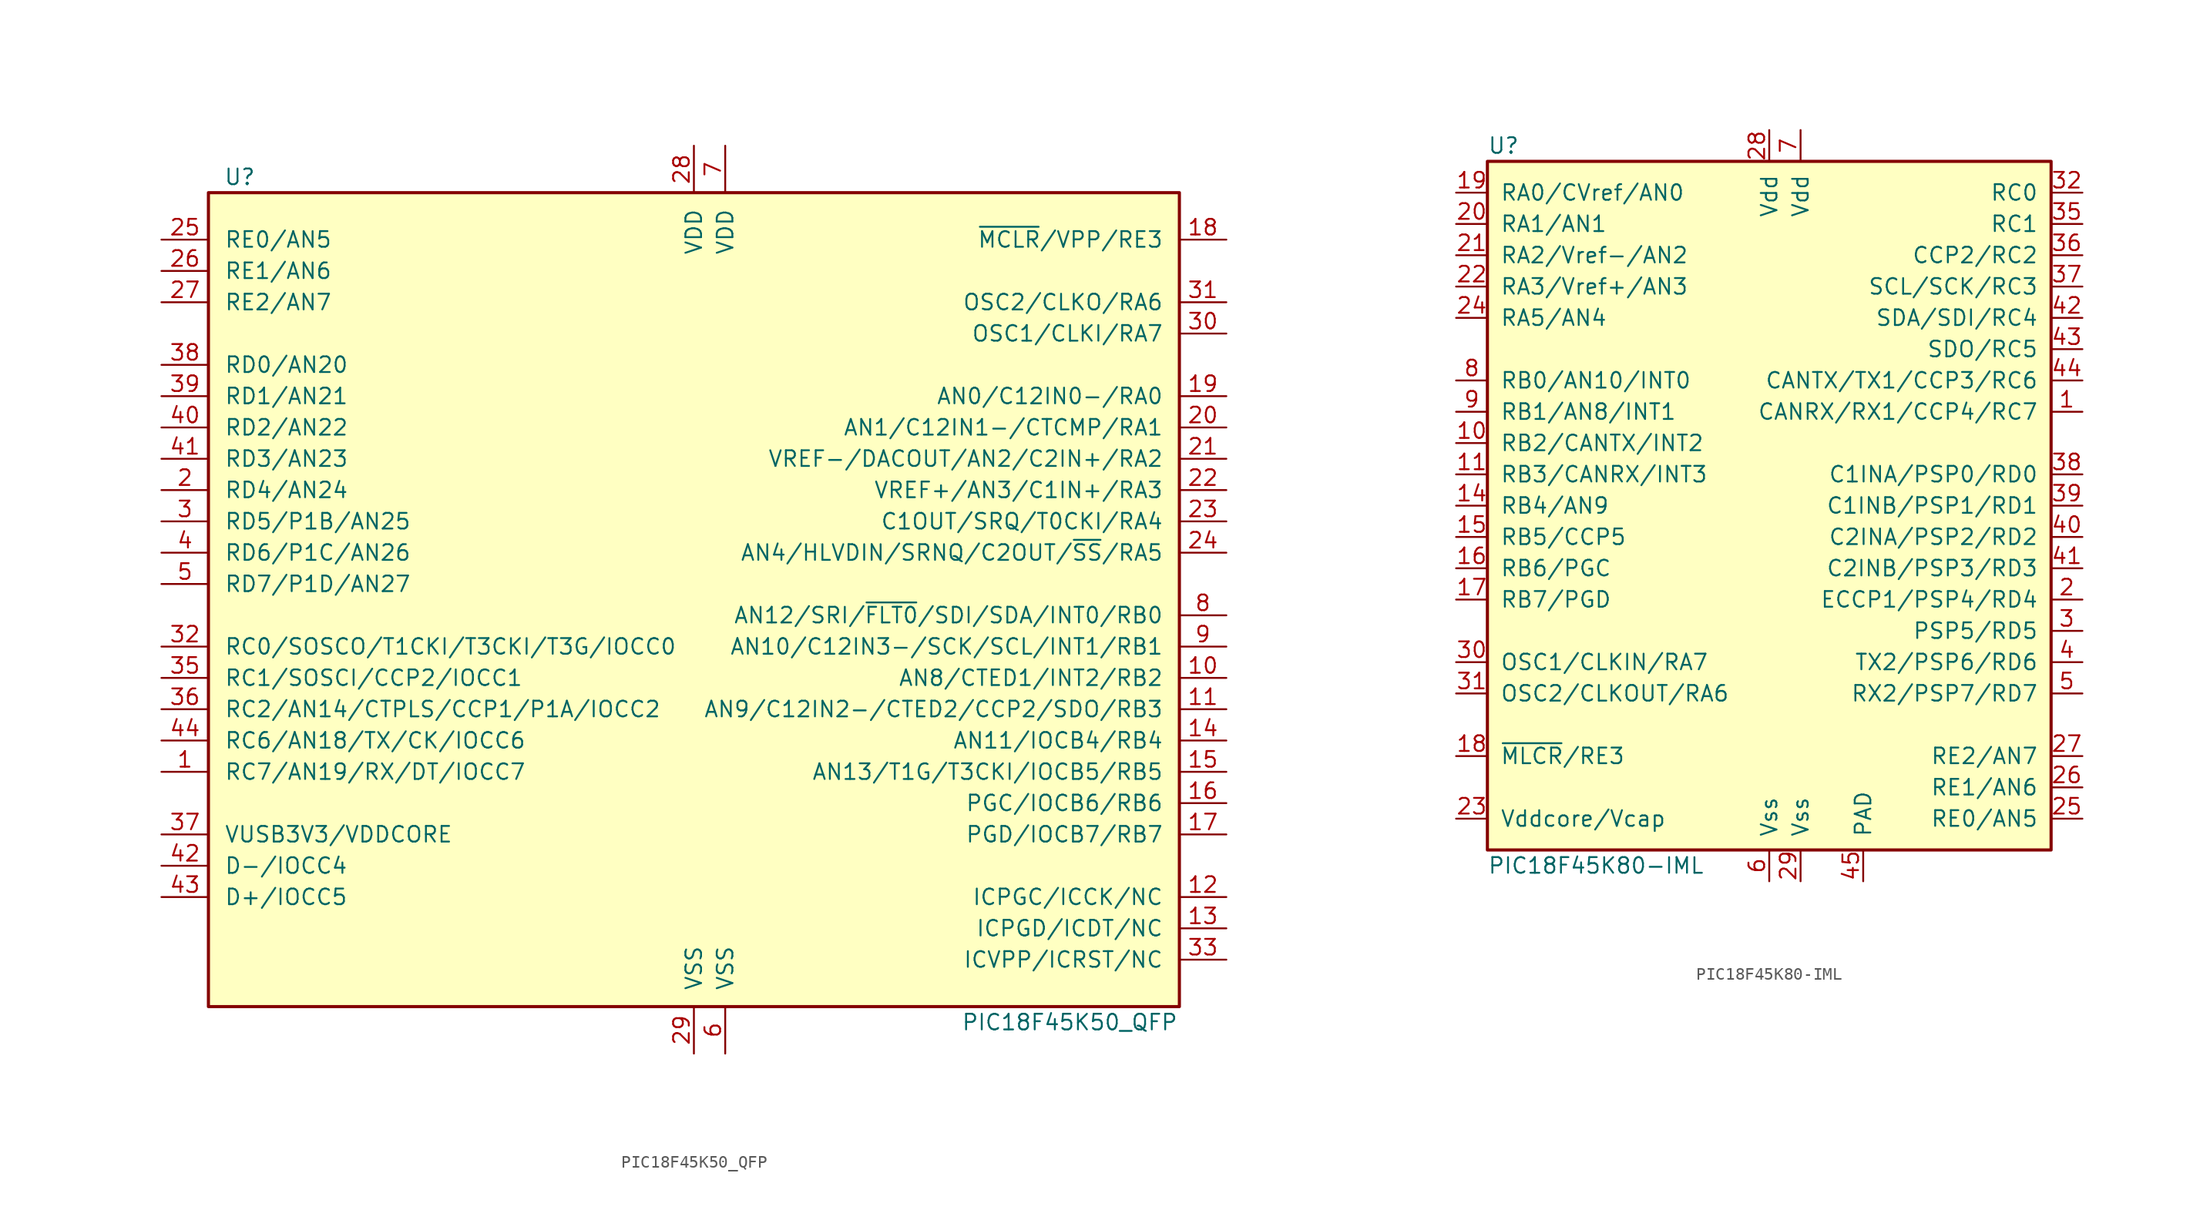
<source format=kicad_sym>
(kicad_symbol_lib
  (version 20200908)
  (generator kicad_symbol_editor)
  (symbol "MCU_Microchip_PIC18:PIC18F45K50_QFP"
    (pin_names
      (offset 1.27))
    (property "Reference" "U"
      (at -36.83 33.02 0)
      (effects (font (size 1.27 1.27))))
    (property "Value" "PIC18F45K50_QFP"
      (at 30.48 -35.56 0)
      (effects (font (size 1.27 1.27))))
    (symbol "PIC18F45K50_QFP_0_1"
      (rectangle (start -39.37 31.75) (end 39.37 -34.29) (stroke (width 0.254)) (fill (type background))))
    (symbol "PIC18F45K50_QFP_1_1"
      (pin bidirectional line (at -43.18 -15.24 0) (length 3.81) (name "RC7/AN19/RX/DT/IOCC7" (effects (font (size 1.27 1.27)))) (number "1" (effects (font (size 1.27 1.27)))))
      (pin bidirectional line (at 43.18 -7.62 180) (length 3.81) (name "AN8/CTED1/INT2/RB2" (effects (font (size 1.27 1.27)))) (number "10" (effects (font (size 1.27 1.27)))))
      (pin bidirectional line (at 43.18 -10.16 180) (length 3.81) (name "AN9/C12IN2-/CTED2/CCP2/SDO/RB3" (effects (font (size 1.27 1.27)))) (number "11" (effects (font (size 1.27 1.27)))))
      (pin bidirectional line (at 43.18 -25.4 180) (length 3.81) (name "ICPGC/ICCK/NC" (effects (font (size 1.27 1.27)))) (number "12" (effects (font (size 1.27 1.27)))))
      (pin bidirectional line (at 43.18 -27.94 180) (length 3.81) (name "ICPGD/ICDT/NC" (effects (font (size 1.27 1.27)))) (number "13" (effects (font (size 1.27 1.27)))))
      (pin bidirectional line (at 43.18 -12.7 180) (length 3.81) (name "AN11/IOCB4/RB4" (effects (font (size 1.27 1.27)))) (number "14" (effects (font (size 1.27 1.27)))))
      (pin bidirectional line (at 43.18 -15.24 180) (length 3.81) (name "AN13/T1G/T3CKI/IOCB5/RB5" (effects (font (size 1.27 1.27)))) (number "15" (effects (font (size 1.27 1.27)))))
      (pin bidirectional line (at 43.18 -17.78 180) (length 3.81) (name "PGC/IOCB6/RB6" (effects (font (size 1.27 1.27)))) (number "16" (effects (font (size 1.27 1.27)))))
      (pin bidirectional line (at 43.18 -20.32 180) (length 3.81) (name "PGD/IOCB7/RB7" (effects (font (size 1.27 1.27)))) (number "17" (effects (font (size 1.27 1.27)))))
      (pin input line (at 43.18 27.94 180) (length 3.81) (name "~MCLR~/VPP/RE3" (effects (font (size 1.27 1.27)))) (number "18" (effects (font (size 1.27 1.27)))))
      (pin bidirectional line (at 43.18 15.24 180) (length 3.81) (name "AN0/C12IN0-/RA0" (effects (font (size 1.27 1.27)))) (number "19" (effects (font (size 1.27 1.27)))))
      (pin bidirectional line (at -43.18 7.62 0) (length 3.81) (name "RD4/AN24" (effects (font (size 1.27 1.27)))) (number "2" (effects (font (size 1.27 1.27)))))
      (pin bidirectional line (at 43.18 12.7 180) (length 3.81) (name "AN1/C12IN1-/CTCMP/RA1" (effects (font (size 1.27 1.27)))) (number "20" (effects (font (size 1.27 1.27)))))
      (pin bidirectional line (at 43.18 10.16 180) (length 3.81) (name "VREF-/DACOUT/AN2/C2IN+/RA2" (effects (font (size 1.27 1.27)))) (number "21" (effects (font (size 1.27 1.27)))))
      (pin bidirectional line (at 43.18 7.62 180) (length 3.81) (name "VREF+/AN3/C1IN+/RA3" (effects (font (size 1.27 1.27)))) (number "22" (effects (font (size 1.27 1.27)))))
      (pin bidirectional line (at 43.18 5.08 180) (length 3.81) (name "C1OUT/SRQ/T0CKI/RA4" (effects (font (size 1.27 1.27)))) (number "23" (effects (font (size 1.27 1.27)))))
      (pin bidirectional line (at 43.18 2.54 180) (length 3.81) (name "AN4/HLVDIN/SRNQ/C2OUT/~SS~/RA5" (effects (font (size 1.27 1.27)))) (number "24" (effects (font (size 1.27 1.27)))))
      (pin bidirectional line (at -43.18 27.94 0) (length 3.81) (name "RE0/AN5" (effects (font (size 1.27 1.27)))) (number "25" (effects (font (size 1.27 1.27)))))
      (pin bidirectional line (at -43.18 25.4 0) (length 3.81) (name "RE1/AN6" (effects (font (size 1.27 1.27)))) (number "26" (effects (font (size 1.27 1.27)))))
      (pin bidirectional line (at -43.18 22.86 0) (length 3.81) (name "RE2/AN7" (effects (font (size 1.27 1.27)))) (number "27" (effects (font (size 1.27 1.27)))))
      (pin power_in line (at 0 35.56 270) (length 3.81) (name "VDD" (effects (font (size 1.27 1.27)))) (number "28" (effects (font (size 1.27 1.27)))))
      (pin power_in line (at 0 -38.1 90) (length 3.81) (name "VSS" (effects (font (size 1.27 1.27)))) (number "29" (effects (font (size 1.27 1.27)))))
      (pin bidirectional line (at -43.18 5.08 0) (length 3.81) (name "RD5/P1B/AN25" (effects (font (size 1.27 1.27)))) (number "3" (effects (font (size 1.27 1.27)))))
      (pin bidirectional line (at 43.18 20.32 180) (length 3.81) (name "OSC1/CLKI/RA7" (effects (font (size 1.27 1.27)))) (number "30" (effects (font (size 1.27 1.27)))))
      (pin bidirectional line (at 43.18 22.86 180) (length 3.81) (name "OSC2/CLKO/RA6" (effects (font (size 1.27 1.27)))) (number "31" (effects (font (size 1.27 1.27)))))
      (pin bidirectional line (at -43.18 -5.08 0) (length 3.81) (name "RC0/SOSCO/T1CKI/T3CKI/T3G/IOCC0" (effects (font (size 1.27 1.27)))) (number "32" (effects (font (size 1.27 1.27)))))
      (pin bidirectional line (at 43.18 -30.48 180) (length 3.81) (name "ICVPP/ICRST/NC" (effects (font (size 1.27 1.27)))) (number "33" (effects (font (size 1.27 1.27)))))
      (pin unconnected line (at -17.78 -38.1 90) (length 3.81) hide (name "NC" (effects (font (size 1.27 1.27)))) (number "34" (effects (font (size 1.27 1.27)))))
      (pin bidirectional line (at -43.18 -7.62 0) (length 3.81) (name "RC1/SOSCI/CCP2/IOCC1" (effects (font (size 1.27 1.27)))) (number "35" (effects (font (size 1.27 1.27)))))
      (pin bidirectional line (at -43.18 -10.16 0) (length 3.81) (name "RC2/AN14/CTPLS/CCP1/P1A/IOCC2" (effects (font (size 1.27 1.27)))) (number "36" (effects (font (size 1.27 1.27)))))
      (pin power_in line (at -43.18 -20.32 0) (length 3.81) (name "VUSB3V3/VDDCORE" (effects (font (size 1.27 1.27)))) (number "37" (effects (font (size 1.27 1.27)))))
      (pin bidirectional line (at -43.18 17.78 0) (length 3.81) (name "RD0/AN20" (effects (font (size 1.27 1.27)))) (number "38" (effects (font (size 1.27 1.27)))))
      (pin bidirectional line (at -43.18 15.24 0) (length 3.81) (name "RD1/AN21" (effects (font (size 1.27 1.27)))) (number "39" (effects (font (size 1.27 1.27)))))
      (pin bidirectional line (at -43.18 2.54 0) (length 3.81) (name "RD6/P1C/AN26" (effects (font (size 1.27 1.27)))) (number "4" (effects (font (size 1.27 1.27)))))
      (pin bidirectional line (at -43.18 12.7 0) (length 3.81) (name "RD2/AN22" (effects (font (size 1.27 1.27)))) (number "40" (effects (font (size 1.27 1.27)))))
      (pin bidirectional line (at -43.18 10.16 0) (length 3.81) (name "RD3/AN23" (effects (font (size 1.27 1.27)))) (number "41" (effects (font (size 1.27 1.27)))))
      (pin bidirectional line (at -43.18 -22.86 0) (length 3.81) (name "D-/IOCC4" (effects (font (size 1.27 1.27)))) (number "42" (effects (font (size 1.27 1.27)))))
      (pin bidirectional line (at -43.18 -25.4 0) (length 3.81) (name "D+/IOCC5" (effects (font (size 1.27 1.27)))) (number "43" (effects (font (size 1.27 1.27)))))
      (pin bidirectional line (at -43.18 -12.7 0) (length 3.81) (name "RC6/AN18/TX/CK/IOCC6" (effects (font (size 1.27 1.27)))) (number "44" (effects (font (size 1.27 1.27)))))
      (pin bidirectional line (at -43.18 0 0) (length 3.81) (name "RD7/P1D/AN27" (effects (font (size 1.27 1.27)))) (number "5" (effects (font (size 1.27 1.27)))))
      (pin power_in line (at 2.54 -38.1 90) (length 3.81) (name "VSS" (effects (font (size 1.27 1.27)))) (number "6" (effects (font (size 1.27 1.27)))))
      (pin power_in line (at 2.54 35.56 270) (length 3.81) (name "VDD" (effects (font (size 1.27 1.27)))) (number "7" (effects (font (size 1.27 1.27)))))
      (pin bidirectional line (at 43.18 -2.54 180) (length 3.81) (name "AN12/SRI/~FLT0~/SDI/SDA/INT0/RB0" (effects (font (size 1.27 1.27)))) (number "8" (effects (font (size 1.27 1.27)))))
      (pin bidirectional line (at 43.18 -5.08 180) (length 3.81) (name "AN10/C12IN3-/SCK/SCL/INT1/RB1" (effects (font (size 1.27 1.27)))) (number "9" (effects (font (size 1.27 1.27)))))))
  (symbol "MCU_Microchip_PIC18:PIC18F45K80-IML"
    (pin_names
      (offset 1.016))
    (property "Reference" "U"
      (at -22.86 29.21 0)
      (effects (font (size 1.27 1.27)) (justify left)))
    (property "Value" "PIC18F45K80-IML"
      (at -22.86 -29.21 0)
      (effects (font (size 1.27 1.27)) (justify left)))
    (symbol "PIC18F45K80-IML_0_1"
      (rectangle (start -22.86 27.94) (end 22.86 -27.94) (stroke (width 0.254)) (fill (type background))))
    (symbol "PIC18F45K80-IML_1_1"
      (pin bidirectional line (at 25.4 7.62 180) (length 2.54) (name "CANRX/RX1/CCP4/RC7" (effects (font (size 1.27 1.27)))) (number "1" (effects (font (size 1.27 1.27)))))
      (pin bidirectional line (at -25.4 5.08 0) (length 2.54) (name "RB2/CANTX/INT2" (effects (font (size 1.27 1.27)))) (number "10" (effects (font (size 1.27 1.27)))))
      (pin bidirectional line (at -25.4 2.54 0) (length 2.54) (name "RB3/CANRX/INT3" (effects (font (size 1.27 1.27)))) (number "11" (effects (font (size 1.27 1.27)))))
      (pin unconnected line (at -10.16 -30.48 90) (length 2.54) hide (name "NC" (effects (font (size 1.27 1.27)))) (number "12" (effects (font (size 1.27 1.27)))))
      (pin unconnected line (at -7.62 -30.48 90) (length 2.54) hide (name "NC" (effects (font (size 1.27 1.27)))) (number "13" (effects (font (size 1.27 1.27)))))
      (pin bidirectional line (at -25.4 0 0) (length 2.54) (name "RB4/AN9" (effects (font (size 1.27 1.27)))) (number "14" (effects (font (size 1.27 1.27)))))
      (pin bidirectional line (at -25.4 -2.54 0) (length 2.54) (name "RB5/CCP5" (effects (font (size 1.27 1.27)))) (number "15" (effects (font (size 1.27 1.27)))))
      (pin bidirectional line (at -25.4 -5.08 0) (length 2.54) (name "RB6/PGC" (effects (font (size 1.27 1.27)))) (number "16" (effects (font (size 1.27 1.27)))))
      (pin bidirectional line (at -25.4 -7.62 0) (length 2.54) (name "RB7/PGD" (effects (font (size 1.27 1.27)))) (number "17" (effects (font (size 1.27 1.27)))))
      (pin bidirectional line (at -25.4 -20.32 0) (length 2.54) (name "~MLCR~/RE3" (effects (font (size 1.27 1.27)))) (number "18" (effects (font (size 1.27 1.27)))))
      (pin bidirectional line (at -25.4 25.4 0) (length 2.54) (name "RA0/CVref/AN0" (effects (font (size 1.27 1.27)))) (number "19" (effects (font (size 1.27 1.27)))))
      (pin bidirectional line (at 25.4 -7.62 180) (length 2.54) (name "ECCP1/PSP4/RD4" (effects (font (size 1.27 1.27)))) (number "2" (effects (font (size 1.27 1.27)))))
      (pin bidirectional line (at -25.4 22.86 0) (length 2.54) (name "RA1/AN1" (effects (font (size 1.27 1.27)))) (number "20" (effects (font (size 1.27 1.27)))))
      (pin bidirectional line (at -25.4 20.32 0) (length 2.54) (name "RA2/Vref-/AN2" (effects (font (size 1.27 1.27)))) (number "21" (effects (font (size 1.27 1.27)))))
      (pin bidirectional line (at -25.4 17.78 0) (length 2.54) (name "RA3/Vref+/AN3" (effects (font (size 1.27 1.27)))) (number "22" (effects (font (size 1.27 1.27)))))
      (pin power_in line (at -25.4 -25.4 0) (length 2.54) (name "Vddcore/Vcap" (effects (font (size 1.27 1.27)))) (number "23" (effects (font (size 1.27 1.27)))))
      (pin bidirectional line (at -25.4 15.24 0) (length 2.54) (name "RA5/AN4" (effects (font (size 1.27 1.27)))) (number "24" (effects (font (size 1.27 1.27)))))
      (pin bidirectional line (at 25.4 -25.4 180) (length 2.54) (name "RE0/AN5" (effects (font (size 1.27 1.27)))) (number "25" (effects (font (size 1.27 1.27)))))
      (pin bidirectional line (at 25.4 -22.86 180) (length 2.54) (name "RE1/AN6" (effects (font (size 1.27 1.27)))) (number "26" (effects (font (size 1.27 1.27)))))
      (pin bidirectional line (at 25.4 -20.32 180) (length 2.54) (name "RE2/AN7" (effects (font (size 1.27 1.27)))) (number "27" (effects (font (size 1.27 1.27)))))
      (pin power_in line (at 0 30.48 270) (length 2.54) (name "Vdd" (effects (font (size 1.27 1.27)))) (number "28" (effects (font (size 1.27 1.27)))))
      (pin power_in line (at 2.54 -30.48 90) (length 2.54) (name "Vss" (effects (font (size 1.27 1.27)))) (number "29" (effects (font (size 1.27 1.27)))))
      (pin bidirectional line (at 25.4 -10.16 180) (length 2.54) (name "PSP5/RD5" (effects (font (size 1.27 1.27)))) (number "3" (effects (font (size 1.27 1.27)))))
      (pin input line (at -25.4 -12.7 0) (length 2.54) (name "OSC1/CLKIN/RA7" (effects (font (size 1.27 1.27)))) (number "30" (effects (font (size 1.27 1.27)))))
      (pin input line (at -25.4 -15.24 0) (length 2.54) (name "OSC2/CLKOUT/RA6" (effects (font (size 1.27 1.27)))) (number "31" (effects (font (size 1.27 1.27)))))
      (pin bidirectional line (at 25.4 25.4 180) (length 2.54) (name "RC0" (effects (font (size 1.27 1.27)))) (number "32" (effects (font (size 1.27 1.27)))))
      (pin unconnected line (at -5.08 -30.48 90) (length 2.54) hide (name "NC" (effects (font (size 1.27 1.27)))) (number "33" (effects (font (size 1.27 1.27)))))
      (pin unconnected line (at -2.54 -30.48 90) (length 2.54) hide (name "NC" (effects (font (size 1.27 1.27)))) (number "34" (effects (font (size 1.27 1.27)))))
      (pin bidirectional line (at 25.4 22.86 180) (length 2.54) (name "RC1" (effects (font (size 1.27 1.27)))) (number "35" (effects (font (size 1.27 1.27)))))
      (pin bidirectional line (at 25.4 20.32 180) (length 2.54) (name "CCP2/RC2" (effects (font (size 1.27 1.27)))) (number "36" (effects (font (size 1.27 1.27)))))
      (pin bidirectional line (at 25.4 17.78 180) (length 2.54) (name "SCL/SCK/RC3" (effects (font (size 1.27 1.27)))) (number "37" (effects (font (size 1.27 1.27)))))
      (pin bidirectional line (at 25.4 2.54 180) (length 2.54) (name "C1INA/PSP0/RD0" (effects (font (size 1.27 1.27)))) (number "38" (effects (font (size 1.27 1.27)))))
      (pin bidirectional line (at 25.4 0 180) (length 2.54) (name "C1INB/PSP1/RD1" (effects (font (size 1.27 1.27)))) (number "39" (effects (font (size 1.27 1.27)))))
      (pin bidirectional line (at 25.4 -12.7 180) (length 2.54) (name "TX2/PSP6/RD6" (effects (font (size 1.27 1.27)))) (number "4" (effects (font (size 1.27 1.27)))))
      (pin bidirectional line (at 25.4 -2.54 180) (length 2.54) (name "C2INA/PSP2/RD2" (effects (font (size 1.27 1.27)))) (number "40" (effects (font (size 1.27 1.27)))))
      (pin bidirectional line (at 25.4 -5.08 180) (length 2.54) (name "C2INB/PSP3/RD3" (effects (font (size 1.27 1.27)))) (number "41" (effects (font (size 1.27 1.27)))))
      (pin bidirectional line (at 25.4 15.24 180) (length 2.54) (name "SDA/SDI/RC4" (effects (font (size 1.27 1.27)))) (number "42" (effects (font (size 1.27 1.27)))))
      (pin bidirectional line (at 25.4 12.7 180) (length 2.54) (name "SDO/RC5" (effects (font (size 1.27 1.27)))) (number "43" (effects (font (size 1.27 1.27)))))
      (pin bidirectional line (at 25.4 10.16 180) (length 2.54) (name "CANTX/TX1/CCP3/RC6" (effects (font (size 1.27 1.27)))) (number "44" (effects (font (size 1.27 1.27)))))
      (pin power_in line (at 7.62 -30.48 90) (length 2.54) (name "PAD" (effects (font (size 1.27 1.27)))) (number "45" (effects (font (size 1.27 1.27)))))
      (pin bidirectional line (at 25.4 -15.24 180) (length 2.54) (name "RX2/PSP7/RD7" (effects (font (size 1.27 1.27)))) (number "5" (effects (font (size 1.27 1.27)))))
      (pin power_in line (at 0 -30.48 90) (length 2.54) (name "Vss" (effects (font (size 1.27 1.27)))) (number "6" (effects (font (size 1.27 1.27)))))
      (pin power_in line (at 2.54 30.48 270) (length 2.54) (name "Vdd" (effects (font (size 1.27 1.27)))) (number "7" (effects (font (size 1.27 1.27)))))
      (pin bidirectional line (at -25.4 10.16 0) (length 2.54) (name "RB0/AN10/INT0" (effects (font (size 1.27 1.27)))) (number "8" (effects (font (size 1.27 1.27)))))
      (pin bidirectional line (at -25.4 7.62 0) (length 2.54) (name "RB1/AN8/INT1" (effects (font (size 1.27 1.27)))) (number "9" (effects (font (size 1.27 1.27))))))))
</source>
